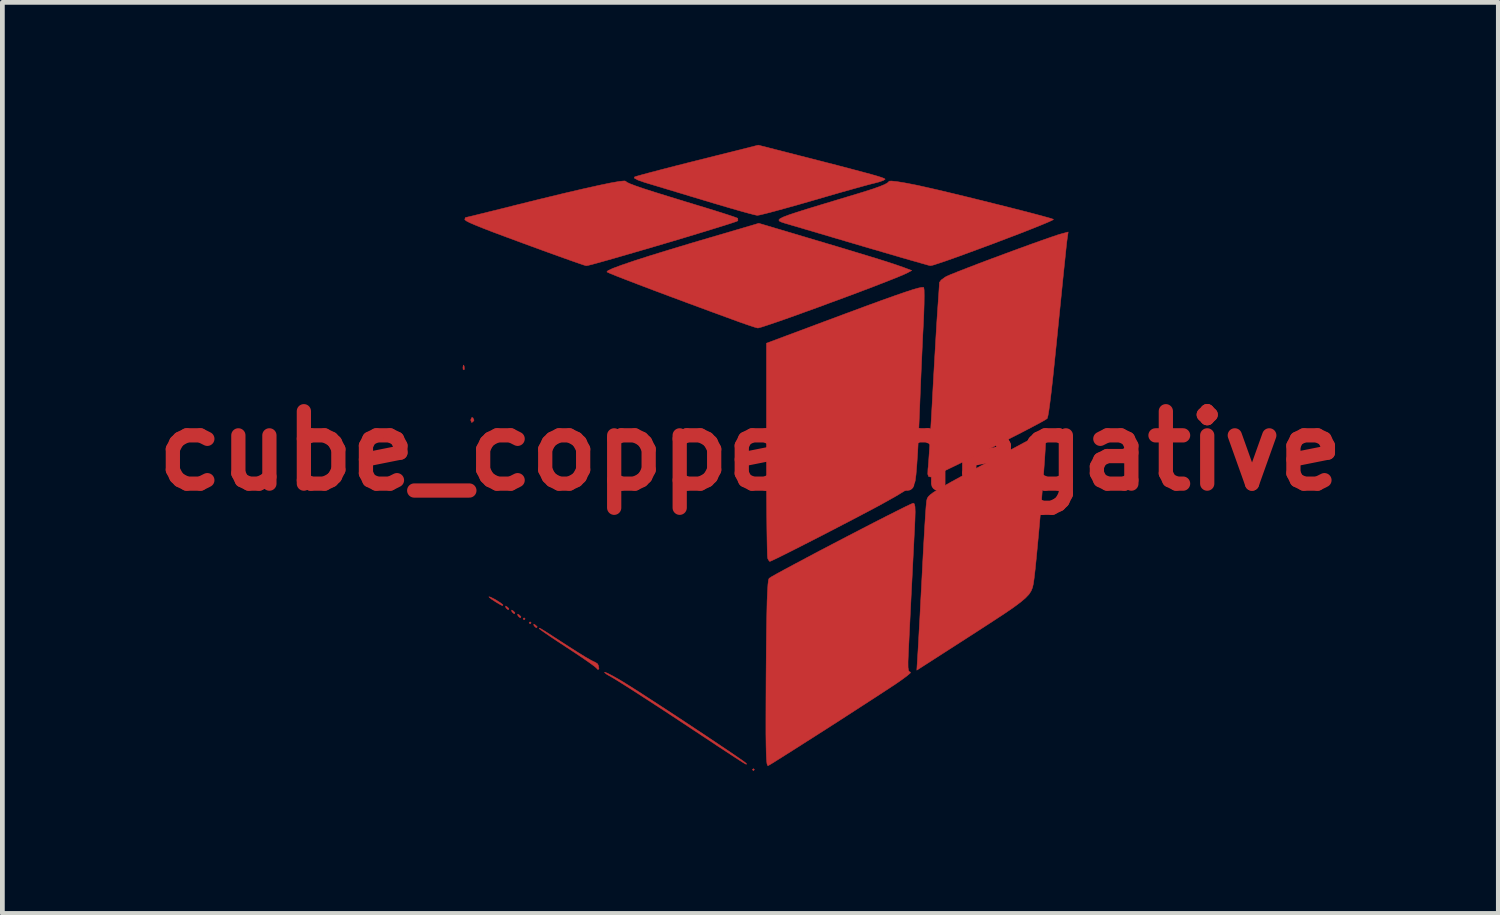
<source format=kicad_pcb>
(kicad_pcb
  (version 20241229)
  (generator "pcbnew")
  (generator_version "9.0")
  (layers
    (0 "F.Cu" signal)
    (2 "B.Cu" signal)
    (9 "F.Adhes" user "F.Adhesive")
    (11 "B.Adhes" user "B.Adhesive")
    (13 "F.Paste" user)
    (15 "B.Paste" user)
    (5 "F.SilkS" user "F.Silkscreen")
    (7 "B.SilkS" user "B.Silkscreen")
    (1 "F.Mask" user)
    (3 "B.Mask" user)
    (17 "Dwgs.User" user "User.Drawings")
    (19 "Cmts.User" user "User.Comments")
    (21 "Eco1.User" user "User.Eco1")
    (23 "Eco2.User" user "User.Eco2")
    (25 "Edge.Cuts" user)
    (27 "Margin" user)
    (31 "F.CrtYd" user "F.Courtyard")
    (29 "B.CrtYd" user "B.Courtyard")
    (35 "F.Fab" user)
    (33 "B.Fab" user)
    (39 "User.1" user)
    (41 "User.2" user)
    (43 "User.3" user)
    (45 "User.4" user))
  (footprint "cube_copper_negative"
    (layer "F.Cu")
    (at 12.744 6.44)
    (property "Reference" "cube_copper_negative" (at 0 0 0) (layer "F.Cu") (effects (font (size 1.524 1.524) (thickness 0.3))))
    (attr through_hole)
    (fp_poly (pts (xy -4.741 3.535) (xy -4.763 3.556) (xy -4.784 3.535) (xy -4.763 3.514) (xy -4.741 3.535)) (stroke (width 0.01) (type solid)) (fill yes) (layer "F.Cu"))
    (fp_poly (pts (xy -4.614 3.619) (xy -4.636 3.641) (xy -4.657 3.619) (xy -4.636 3.598) (xy -4.614 3.619)) (stroke (width 0.01) (type solid)) (fill yes) (layer "F.Cu"))
    (fp_poly (pts (xy 0.085 6.71) (xy 0.064 6.731) (xy 0.042 6.71) (xy 0.064 6.689) (xy 0.085 6.71)) (stroke (width 0.01) (type solid)) (fill yes) (layer "F.Cu"))
    (fp_poly (pts (xy -6.025 -1.786) (xy -6.02 -1.72) (xy -6.028 -1.705) (xy -6.047 -1.717) (xy -6.05 -1.76) (xy -6.04 -1.806) (xy -6.025 -1.786)) (stroke (width 0.01) (type solid)) (fill yes) (layer "F.Cu"))
    (fp_poly (pts (xy -5.841 -0.698) (xy -5.817 -0.647) (xy -5.823 -0.632) (xy -5.864 -0.595) (xy -5.884 -0.637) (xy -5.884 -0.659) (xy -5.864 -0.702) (xy -5.841 -0.698)) (stroke (width 0.01) (type solid)) (fill yes) (layer "F.Cu"))
    (fp_poly (pts (xy -5.129 3.277) (xy -5.083 3.319) (xy -5.093 3.344) (xy -5.099 3.344) (xy -5.134 3.314) (xy -5.148 3.295) (xy -5.153 3.266) (xy -5.129 3.277)) (stroke (width 0.01) (type solid)) (fill yes) (layer "F.Cu"))
    (fp_poly (pts (xy -5.002 3.361) (xy -4.956 3.404) (xy -4.966 3.429) (xy -4.972 3.429) (xy -5.007 3.399) (xy -5.021 3.38) (xy -5.026 3.351) (xy -5.002 3.361)) (stroke (width 0.01) (type solid)) (fill yes) (layer "F.Cu"))
    (fp_poly (pts (xy -4.875 3.446) (xy -4.829 3.489) (xy -4.839 3.513) (xy -4.845 3.514) (xy -4.88 3.484) (xy -4.894 3.465) (xy -4.899 3.436) (xy -4.875 3.446)) (stroke (width 0.01) (type solid)) (fill yes) (layer "F.Cu"))
    (fp_poly (pts (xy -4.536 3.658) (xy -4.491 3.697) (xy -4.487 3.707) (xy -4.507 3.724) (xy -4.549 3.685) (xy -4.555 3.676) (xy -4.56 3.647) (xy -4.536 3.658)) (stroke (width 0.01) (type solid)) (fill yes) (layer "F.Cu"))
    (fp_poly (pts (xy -5.471 3.078) (xy -5.391 3.118) (xy -5.355 3.138) (xy -5.263 3.197) (xy -5.211 3.237) (xy -5.207 3.243) (xy -5.214 3.257) (xy -5.247 3.245) (xy -5.327 3.199) (xy -5.366 3.175) (xy -5.454 3.117) (xy -5.501 3.076) (xy -5.503 3.071) (xy -5.471 3.078)) (stroke (width 0.01) (type solid)) (fill yes) (layer "F.Cu"))
    (fp_poly (pts (xy -4.435 3.732) (xy -4.407 3.746) (xy -4.351 3.78) (xy -4.257 3.839) (xy -4.116 3.931) (xy -3.916 4.06) (xy -3.831 4.115) (xy -3.646 4.233) (xy -3.484 4.333) (xy -3.359 4.405) (xy -3.286 4.442) (xy -3.275 4.445) (xy -3.22 4.479) (xy -3.2 4.515) (xy -3.187 4.585) (xy -3.207 4.605) (xy -3.239 4.572) (xy -3.283 4.534) (xy -3.385 4.459) (xy -3.534 4.355) (xy -3.717 4.233) (xy -3.857 4.141) (xy -4.052 4.013) (xy -4.22 3.901) (xy -4.349 3.812) (xy -4.427 3.756) (xy -4.445 3.74) (xy -4.444 3.732) (xy -4.435 3.732)) (stroke (width 0.01) (type solid)) (fill yes) (layer "F.Cu"))
    (fp_poly (pts (xy -3.011 4.679) (xy -2.904 4.734) (xy -2.762 4.814) (xy -2.685 4.86) (xy -2.547 4.946) (xy -2.365 5.061) (xy -2.148 5.202) (xy -1.904 5.36) (xy -1.644 5.53) (xy -1.376 5.706) (xy -1.111 5.882) (xy -0.857 6.051) (xy -0.624 6.207) (xy -0.421 6.343) (xy -0.258 6.455) (xy -0.144 6.534) (xy -0.089 6.576) (xy -0.085 6.581) (xy -0.083 6.589) (xy -0.083 6.596) (xy -0.091 6.595) (xy -0.113 6.584) (xy -0.156 6.558) (xy -0.227 6.513) (xy -0.333 6.445) (xy -0.479 6.349) (xy -0.673 6.222) (xy -0.92 6.058) (xy -1.229 5.854) (xy -1.418 5.729) (xy -1.724 5.527) (xy -2.015 5.337) (xy -2.282 5.164) (xy -2.516 5.013) (xy -2.707 4.892) (xy -2.845 4.806) (xy -2.921 4.761) (xy -3.019 4.705) (xy -3.068 4.667) (xy -3.066 4.659) (xy -3.011 4.679)) (stroke (width 0.01) (type solid)) (fill yes) (layer "F.Cu"))
    (fp_poly (pts (xy 1.004 -6.221) (xy 1.45 -6.107) (xy 1.82 -6.012) (xy 2.12 -5.933) (xy 2.358 -5.87) (xy 2.54 -5.821) (xy 2.672 -5.783) (xy 2.761 -5.755) (xy 2.813 -5.735) (xy 2.835 -5.721) (xy 2.836 -5.717) (xy 2.799 -5.692) (xy 2.702 -5.659) (xy 2.614 -5.636) (xy 2.513 -5.611) (xy 2.345 -5.565) (xy 2.122 -5.503) (xy 1.859 -5.429) (xy 1.57 -5.345) (xy 1.308 -5.269) (xy 1.016 -5.185) (xy 0.747 -5.11) (xy 0.514 -5.046) (xy 0.328 -4.997) (xy 0.2 -4.966) (xy 0.144 -4.957) (xy 0.082 -4.97) (xy -0.048 -5.004) (xy -0.236 -5.056) (xy -0.468 -5.123) (xy -0.733 -5.201) (xy -0.953 -5.267) (xy -1.249 -5.356) (xy -1.533 -5.442) (xy -1.791 -5.52) (xy -2.007 -5.585) (xy -2.166 -5.633) (xy -2.233 -5.653) (xy -2.371 -5.702) (xy -2.442 -5.741) (xy -2.441 -5.764) (xy -2.388 -5.782) (xy -2.263 -5.817) (xy -2.076 -5.867) (xy -1.839 -5.929) (xy -1.561 -6.001) (xy -1.253 -6.079) (xy -1.109 -6.115) (xy 0.167 -6.435) (xy 1.004 -6.221)) (stroke (width 0.01) (type solid)) (fill yes) (layer "F.Cu"))
    (fp_poly (pts (xy 1.411 -4.423) (xy 1.845 -4.294) (xy 2.205 -4.185) (xy 2.502 -4.095) (xy 2.742 -4.021) (xy 2.934 -3.96) (xy 3.087 -3.909) (xy 3.21 -3.866) (xy 3.275 -3.842) (xy 3.396 -3.796) (xy 3.288 -3.739) (xy 3.199 -3.699) (xy 3.046 -3.636) (xy 2.84 -3.555) (xy 2.593 -3.459) (xy 2.314 -3.353) (xy 2.015 -3.241) (xy 1.705 -3.127) (xy 1.397 -3.013) (xy 1.1 -2.906) (xy 0.826 -2.807) (xy 0.584 -2.722) (xy 0.386 -2.655) (xy 0.243 -2.608) (xy 0.165 -2.587) (xy 0.156 -2.586) (xy 0.098 -2.601) (xy -0.021 -2.64) (xy -0.184 -2.696) (xy -0.36 -2.76) (xy -0.827 -2.931) (xy -1.265 -3.093) (xy -1.669 -3.243) (xy -2.032 -3.379) (xy -2.348 -3.499) (xy -2.611 -3.6) (xy -2.814 -3.679) (xy -2.952 -3.735) (xy -3.017 -3.765) (xy -3.021 -3.767) (xy -2.997 -3.794) (xy -2.893 -3.842) (xy -2.71 -3.91) (xy -2.452 -3.998) (xy -2.119 -4.105) (xy -1.713 -4.23) (xy -1.236 -4.374) (xy -0.853 -4.487) (xy 0.177 -4.79) (xy 1.411 -4.423)) (stroke (width 0.01) (type solid)) (fill yes) (layer "F.Cu"))
    (fp_poly (pts (xy 6.215 -0.251) (xy 6.214 -0.171) (xy 6.206 -0.02) (xy 6.193 0.19) (xy 6.174 0.447) (xy 6.152 0.738) (xy 6.127 1.05) (xy 6.1 1.371) (xy 6.072 1.688) (xy 6.044 1.988) (xy 6.018 2.26) (xy 5.995 2.49) (xy 5.975 2.665) (xy 5.969 2.709) (xy 5.956 2.8) (xy 5.938 2.878) (xy 5.909 2.949) (xy 5.863 3.02) (xy 5.791 3.096) (xy 5.687 3.184) (xy 5.545 3.29) (xy 5.357 3.419) (xy 5.116 3.577) (xy 4.816 3.772) (xy 4.566 3.933) (xy 3.503 4.616) (xy 3.53 4.181) (xy 3.539 4.024) (xy 3.551 3.799) (xy 3.567 3.519) (xy 3.583 3.203) (xy 3.601 2.864) (xy 3.619 2.518) (xy 3.621 2.477) (xy 3.638 2.15) (xy 3.655 1.846) (xy 3.671 1.575) (xy 3.685 1.35) (xy 3.697 1.182) (xy 3.706 1.084) (xy 3.707 1.07) (xy 3.714 1.032) (xy 3.724 0.998) (xy 3.745 0.964) (xy 3.785 0.925) (xy 3.848 0.877) (xy 3.944 0.816) (xy 4.077 0.738) (xy 4.256 0.638) (xy 4.487 0.512) (xy 4.776 0.356) (xy 5.131 0.165) (xy 5.249 0.102) (xy 6.202 -0.41) (xy 6.215 -0.251)) (stroke (width 0.01) (type solid)) (fill yes) (layer "F.Cu"))
    (fp_poly (pts (xy 3.643 -3.441) (xy 3.649 -3.438) (xy 3.657 -3.387) (xy 3.659 -3.267) (xy 3.657 -3.09) (xy 3.65 -2.872) (xy 3.641 -2.667) (xy 3.628 -2.42) (xy 3.614 -2.109) (xy 3.598 -1.755) (xy 3.582 -1.378) (xy 3.567 -0.998) (xy 3.554 -0.677) (xy 3.538 -0.296) (xy 3.521 0.033) (xy 3.503 0.301) (xy 3.486 0.503) (xy 3.469 0.631) (xy 3.457 0.673) (xy 3.398 0.735) (xy 3.267 0.829) (xy 3.061 0.954) (xy 2.779 1.112) (xy 2.667 1.173) (xy 2.454 1.286) (xy 2.211 1.414) (xy 1.948 1.551) (xy 1.676 1.692) (xy 1.405 1.832) (xy 1.146 1.964) (xy 0.91 2.084) (xy 0.707 2.186) (xy 0.549 2.264) (xy 0.445 2.313) (xy 0.407 2.328) (xy 0.38 2.295) (xy 0.364 2.261) (xy 0.359 2.207) (xy 0.355 2.077) (xy 0.351 1.877) (xy 0.347 1.618) (xy 0.344 1.307) (xy 0.341 0.951) (xy 0.34 0.559) (xy 0.339 0.14) (xy 0.339 -0.036) (xy 0.339 -2.266) (xy 1.556 -2.721) (xy 2.032 -2.898) (xy 2.434 -3.047) (xy 2.768 -3.169) (xy 3.04 -3.266) (xy 3.254 -3.34) (xy 3.415 -3.393) (xy 3.531 -3.426) (xy 3.605 -3.441) (xy 3.643 -3.441)) (stroke (width 0.01) (type solid)) (fill yes) (layer "F.Cu"))
    (fp_poly (pts (xy -2.626 -5.676) (xy -2.597 -5.652) (xy -2.528 -5.62) (xy -2.412 -5.576) (xy -2.245 -5.519) (xy -2.018 -5.446) (xy -1.725 -5.355) (xy -1.361 -5.243) (xy -1.173 -5.186) (xy -0.913 -5.107) (xy -0.682 -5.035) (xy -0.49 -4.974) (xy -0.351 -4.928) (xy -0.276 -4.9) (xy -0.266 -4.895) (xy -0.263 -4.846) (xy -0.267 -4.841) (xy -0.314 -4.822) (xy -0.431 -4.783) (xy -0.609 -4.727) (xy -0.835 -4.657) (xy -1.099 -4.576) (xy -1.39 -4.488) (xy -1.698 -4.396) (xy -2.012 -4.303) (xy -2.321 -4.213) (xy -2.613 -4.128) (xy -2.879 -4.051) (xy -3.106 -3.987) (xy -3.286 -3.937) (xy -3.406 -3.906) (xy -3.455 -3.897) (xy -3.504 -3.911) (xy -3.621 -3.951) (xy -3.793 -4.011) (xy -4.008 -4.088) (xy -4.255 -4.177) (xy -4.36 -4.215) (xy -4.783 -4.37) (xy -5.132 -4.499) (xy -5.413 -4.604) (xy -5.633 -4.689) (xy -5.796 -4.755) (xy -5.909 -4.804) (xy -5.978 -4.84) (xy -6.008 -4.864) (xy -6.011 -4.872) (xy -5.999 -4.91) (xy -5.996 -4.911) (xy -5.953 -4.921) (xy -5.838 -4.948) (xy -5.665 -4.991) (xy -5.442 -5.046) (xy -5.183 -5.11) (xy -4.97 -5.164) (xy -4.421 -5.3) (xy -3.942 -5.416) (xy -3.535 -5.511) (xy -3.2 -5.586) (xy -2.94 -5.64) (xy -2.757 -5.672) (xy -2.652 -5.682) (xy -2.626 -5.676)) (stroke (width 0.01) (type solid)) (fill yes) (layer "F.Cu"))
    (fp_poly (pts (xy 3.083 -5.668) (xy 3.249 -5.641) (xy 3.451 -5.602) (xy 3.526 -5.587) (xy 3.709 -5.546) (xy 3.942 -5.493) (xy 4.211 -5.429) (xy 4.505 -5.358) (xy 4.814 -5.282) (xy 5.124 -5.205) (xy 5.424 -5.13) (xy 5.703 -5.059) (xy 5.95 -4.995) (xy 6.151 -4.941) (xy 6.296 -4.901) (xy 6.374 -4.876) (xy 6.38 -4.873) (xy 6.353 -4.854) (xy 6.256 -4.81) (xy 6.102 -4.746) (xy 5.902 -4.666) (xy 5.667 -4.574) (xy 5.407 -4.475) (xy 5.134 -4.371) (xy 4.859 -4.269) (xy 4.593 -4.171) (xy 4.347 -4.081) (xy 4.133 -4.005) (xy 3.961 -3.947) (xy 3.842 -3.909) (xy 3.789 -3.898) (xy 3.739 -3.91) (xy 3.619 -3.944) (xy 3.436 -3.996) (xy 3.202 -4.063) (xy 2.926 -4.144) (xy 2.618 -4.234) (xy 2.392 -4.3) (xy 2.057 -4.399) (xy 1.738 -4.493) (xy 1.448 -4.579) (xy 1.197 -4.653) (xy 0.998 -4.712) (xy 0.861 -4.752) (xy 0.815 -4.766) (xy 0.725 -4.792) (xy 0.656 -4.815) (xy 0.612 -4.836) (xy 0.599 -4.859) (xy 0.623 -4.886) (xy 0.691 -4.921) (xy 0.808 -4.966) (xy 0.98 -5.023) (xy 1.212 -5.096) (xy 1.511 -5.187) (xy 1.882 -5.299) (xy 2.074 -5.357) (xy 2.359 -5.443) (xy 2.572 -5.511) (xy 2.724 -5.565) (xy 2.826 -5.607) (xy 2.889 -5.643) (xy 2.922 -5.676) (xy 2.922 -5.677) (xy 2.969 -5.68) (xy 3.083 -5.668)) (stroke (width 0.01) (type solid)) (fill yes) (layer "F.Cu"))
    (fp_poly (pts (xy 6.667 -4.452) (xy 6.657 -4.374) (xy 6.641 -4.223) (xy 6.619 -4.009) (xy 6.591 -3.744) (xy 6.56 -3.437) (xy 6.526 -3.1) (xy 6.495 -2.794) (xy 6.444 -2.287) (xy 6.4 -1.859) (xy 6.363 -1.506) (xy 6.331 -1.223) (xy 6.304 -1.004) (xy 6.282 -0.845) (xy 6.264 -0.741) (xy 6.249 -0.686) (xy 6.246 -0.68) (xy 6.202 -0.651) (xy 6.094 -0.59) (xy 5.932 -0.504) (xy 5.727 -0.397) (xy 5.49 -0.276) (xy 5.234 -0.146) (xy 4.968 -0.012) (xy 4.704 0.119) (xy 4.454 0.242) (xy 4.228 0.352) (xy 4.037 0.443) (xy 3.893 0.509) (xy 3.808 0.545) (xy 3.79 0.55) (xy 3.75 0.538) (xy 3.734 0.489) (xy 3.738 0.382) (xy 3.744 0.328) (xy 3.752 0.228) (xy 3.764 0.057) (xy 3.779 -0.172) (xy 3.795 -0.447) (xy 3.813 -0.753) (xy 3.831 -1.078) (xy 3.833 -1.122) (xy 3.852 -1.472) (xy 3.872 -1.827) (xy 3.892 -2.169) (xy 3.91 -2.479) (xy 3.926 -2.739) (xy 3.938 -2.921) (xy 3.953 -3.135) (xy 3.966 -3.321) (xy 3.975 -3.461) (xy 3.979 -3.538) (xy 3.979 -3.545) (xy 4.014 -3.594) (xy 4.1 -3.657) (xy 4.138 -3.677) (xy 4.222 -3.714) (xy 4.372 -3.774) (xy 4.575 -3.853) (xy 4.817 -3.946) (xy 5.085 -4.047) (xy 5.366 -4.151) (xy 5.645 -4.254) (xy 5.909 -4.35) (xy 6.145 -4.434) (xy 6.339 -4.502) (xy 6.478 -4.549) (xy 6.53 -4.564) (xy 6.689 -4.607) (xy 6.667 -4.452)) (stroke (width 0.01) (type solid)) (fill yes) (layer "F.Cu"))
    (fp_poly (pts (xy 3.452 1.117) (xy 3.465 1.175) (xy 3.469 1.285) (xy 3.464 1.459) (xy 3.456 1.64) (xy 3.447 1.802) (xy 3.439 1.973) (xy 3.429 2.165) (xy 3.418 2.386) (xy 3.405 2.646) (xy 3.389 2.954) (xy 3.371 3.318) (xy 3.35 3.749) (xy 3.326 4.244) (xy 3.318 4.436) (xy 3.319 4.558) (xy 3.33 4.626) (xy 3.352 4.653) (xy 3.371 4.657) (xy 3.364 4.678) (xy 3.296 4.736) (xy 3.178 4.823) (xy 3.023 4.93) (xy 2.999 4.945) (xy 2.792 5.081) (xy 2.552 5.237) (xy 2.288 5.408) (xy 2.01 5.588) (xy 1.726 5.771) (xy 1.446 5.95) (xy 1.179 6.12) (xy 0.936 6.275) (xy 0.724 6.409) (xy 0.554 6.516) (xy 0.435 6.59) (xy 0.375 6.625) (xy 0.372 6.626) (xy 0.359 6.617) (xy 0.348 6.575) (xy 0.34 6.493) (xy 0.334 6.366) (xy 0.33 6.187) (xy 0.327 5.949) (xy 0.327 5.648) (xy 0.328 5.275) (xy 0.33 4.826) (xy 0.331 4.689) (xy 0.335 4.192) (xy 0.34 3.775) (xy 0.346 3.433) (xy 0.352 3.161) (xy 0.361 2.955) (xy 0.37 2.81) (xy 0.381 2.721) (xy 0.394 2.683) (xy 0.394 2.683) (xy 0.445 2.65) (xy 0.56 2.585) (xy 0.73 2.492) (xy 0.945 2.377) (xy 1.194 2.244) (xy 1.468 2.099) (xy 1.757 1.948) (xy 2.052 1.794) (xy 2.342 1.644) (xy 2.617 1.502) (xy 2.868 1.374) (xy 3.084 1.265) (xy 3.256 1.179) (xy 3.374 1.123) (xy 3.428 1.101) (xy 3.429 1.101) (xy 3.452 1.117)) (stroke (width 0.01) (type solid)) (fill yes) (layer "F.Cu")))
  (gr_rect
    (start -3 -3)
    (end 28.487 16.176)
    (stroke (width 0.1) (type default))
    (fill no)
    (layer "Edge.Cuts")))
</source>
